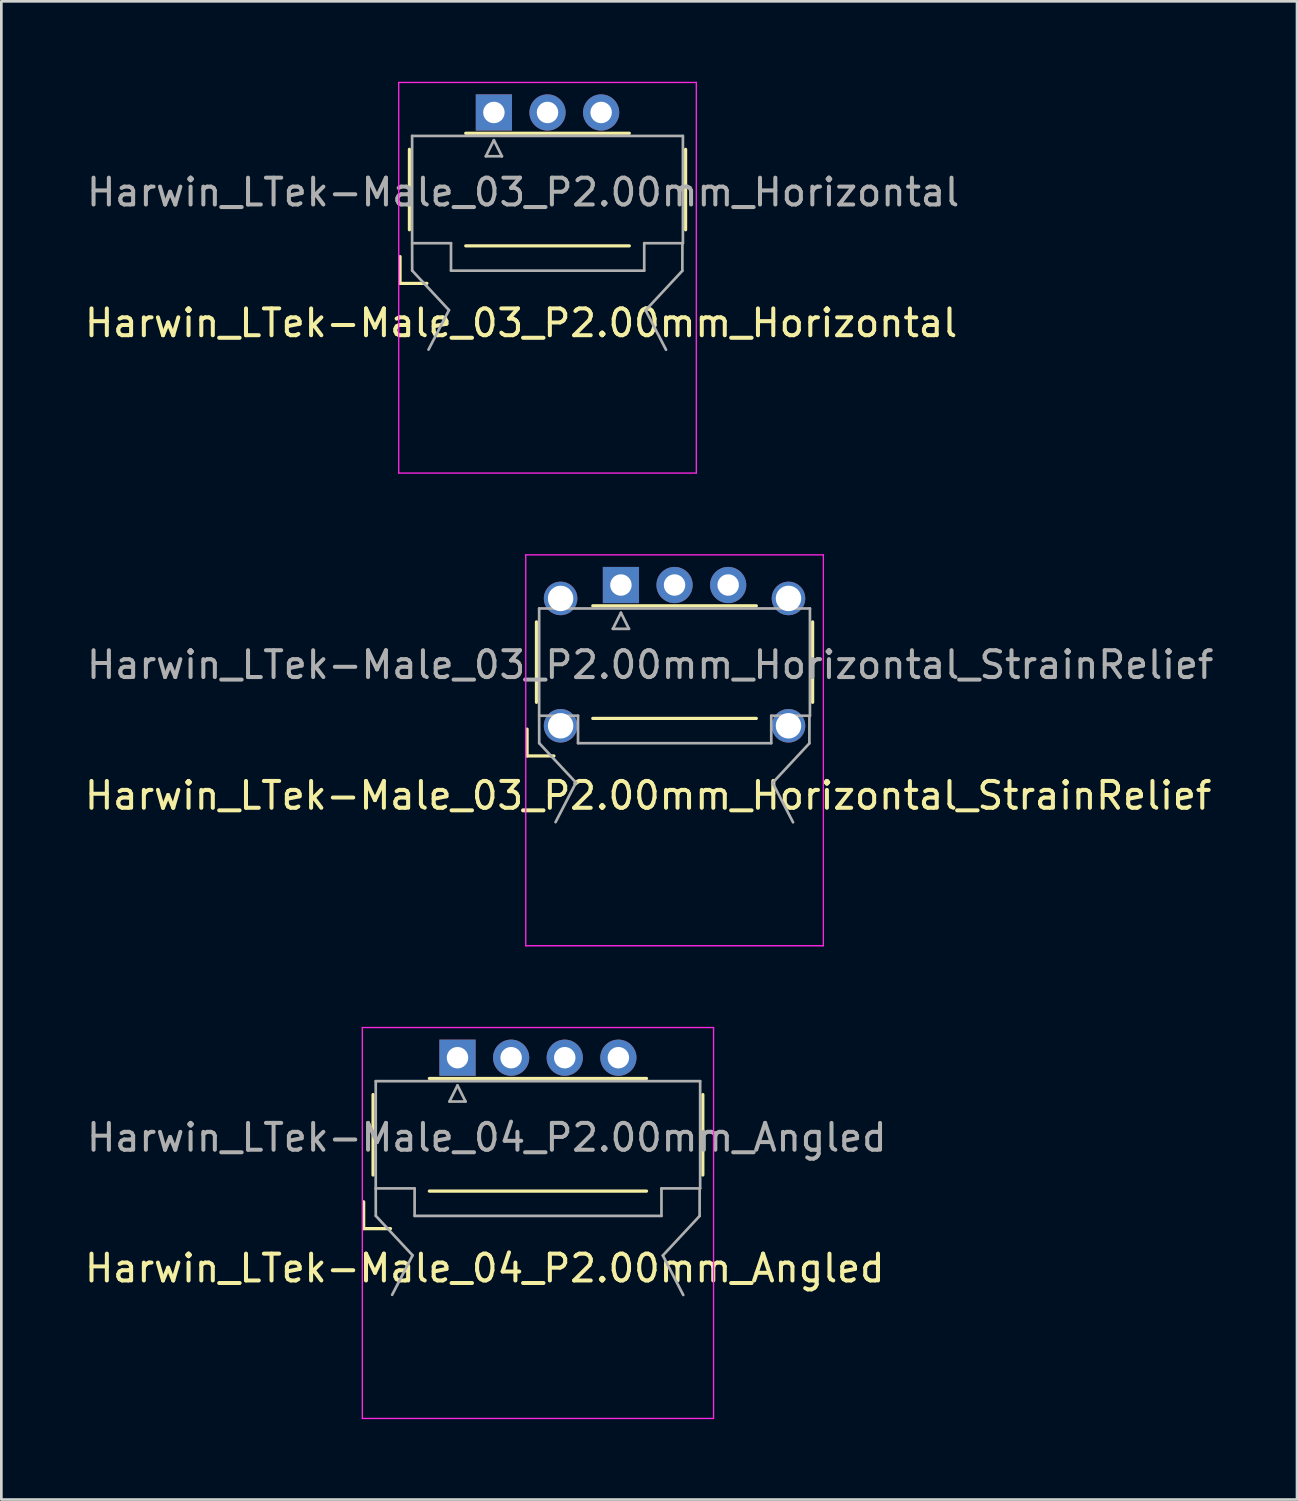
<source format=kicad_pcb>
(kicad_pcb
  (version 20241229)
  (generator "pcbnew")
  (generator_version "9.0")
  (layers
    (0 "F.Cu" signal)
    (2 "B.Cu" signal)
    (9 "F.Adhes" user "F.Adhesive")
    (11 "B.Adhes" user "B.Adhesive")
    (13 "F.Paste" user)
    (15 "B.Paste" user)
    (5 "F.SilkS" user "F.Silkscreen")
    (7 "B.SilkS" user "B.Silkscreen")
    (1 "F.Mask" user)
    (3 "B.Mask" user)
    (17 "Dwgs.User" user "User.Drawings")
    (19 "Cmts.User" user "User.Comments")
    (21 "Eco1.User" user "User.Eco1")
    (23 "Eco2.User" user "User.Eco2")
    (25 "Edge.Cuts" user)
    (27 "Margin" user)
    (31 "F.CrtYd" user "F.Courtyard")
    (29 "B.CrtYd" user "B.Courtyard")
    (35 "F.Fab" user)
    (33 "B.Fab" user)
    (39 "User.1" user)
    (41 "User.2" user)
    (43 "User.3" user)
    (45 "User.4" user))
  (footprint "Harwin_LTek-Male_03_P2.00mm_Horizontal"
    (layer "F.Cu")
    (at 15.371 1.145)
    (property "Reference" "Harwin_LTek-Male_03_P2.00mm_Horizontal" (at 1.016 7.853 180) (layer "F.SilkS") (effects (font (size 1 1) (thickness 0.15))))
    (attr through_hole)
    (fp_line (start -3.5 5.375) (end -3.5 6.375) (stroke (width 0.12) (type solid)) (layer "F.SilkS"))
    (fp_line (start -3.5 6.375) (end -2.5 6.375) (stroke (width 0.12) (type solid)) (layer "F.SilkS"))
    (fp_line (start -3.15 1.375) (end -3.15 4.375) (stroke (width 0.12) (type solid)) (layer "F.SilkS"))
    (fp_line (start -1.05 0.775) (end 5.05 0.775) (stroke (width 0.12) (type solid)) (layer "F.SilkS"))
    (fp_line (start -1.05 4.975) (end 5.05 4.975) (stroke (width 0.12) (type solid)) (layer "F.SilkS"))
    (fp_line (start 7.15 1.375) (end 7.15 4.375) (stroke (width 0.12) (type solid)) (layer "F.SilkS"))
    (fp_line (start -3.55 -1.12) (end -3.55 13.45) (stroke (width 0.05) (type solid)) (layer "F.CrtYd"))
    (fp_line (start -3.55 13.45) (end 7.55 13.45) (stroke (width 0.05) (type solid)) (layer "F.CrtYd"))
    (fp_line (start 7.55 -1.12) (end -3.55 -1.12) (stroke (width 0.05) (type solid)) (layer "F.CrtYd"))
    (fp_line (start 7.55 13.45) (end 7.55 -1.12) (stroke (width 0.05) (type solid)) (layer "F.CrtYd"))
    (fp_line (start -3.05 0.875) (end -3.05 4.875) (stroke (width 0.1) (type solid)) (layer "F.Fab"))
    (fp_line (start -3.048 5.898) (end -3.05 4.875) (stroke (width 0.1) (type solid)) (layer "F.Fab"))
    (fp_line (start -3.043 4.875) (end -1.6 4.875) (stroke (width 0.1) (type solid)) (layer "F.Fab"))
    (fp_line (start -1.676 7.371) (end -3.048 5.898) (stroke (width 0.1) (type solid)) (layer "F.Fab"))
    (fp_line (start -1.676 7.371) (end -2.438 8.844) (stroke (width 0.1) (type solid)) (layer "F.Fab"))
    (fp_line (start -1.6 4.875) (end -1.6 5.898) (stroke (width 0.1) (type solid)) (layer "F.Fab"))
    (fp_line (start -1.6 5.9) (end 5.607 5.9) (stroke (width 0.1) (type solid)) (layer "F.Fab"))
    (fp_line (start -0.3 1.634) (end 0.3 1.634) (stroke (width 0.1) (type solid)) (layer "F.Fab"))
    (fp_line (start 0 1.034) (end -0.3 1.634) (stroke (width 0.1) (type solid)) (layer "F.Fab"))
    (fp_line (start 0.3 1.634) (end 0 1.034) (stroke (width 0.1) (type solid)) (layer "F.Fab"))
    (fp_line (start 5.607 4.875) (end 7.05 4.875) (stroke (width 0.1) (type solid)) (layer "F.Fab"))
    (fp_line (start 5.607 5.898) (end 5.607 4.875) (stroke (width 0.1) (type solid)) (layer "F.Fab"))
    (fp_line (start 5.658 7.377) (end 6.42 8.85) (stroke (width 0.1) (type solid)) (layer "F.Fab"))
    (fp_line (start 5.658 7.377) (end 7.029 5.904) (stroke (width 0.1) (type solid)) (layer "F.Fab"))
    (fp_line (start 7.029 5.904) (end 7.031 4.881) (stroke (width 0.1) (type solid)) (layer "F.Fab"))
    (fp_line (start 7.05 0.875) (end -3.05 0.875) (stroke (width 0.1) (type solid)) (layer "F.Fab"))
    (fp_line (start 7.05 4.875) (end 7.05 0.875) (stroke (width 0.1) (type solid)) (layer "F.Fab"))
    (fp_text user "${REFERENCE}" (at 1.092 2.977 0) (layer "F.Fab") (effects (font (size 1 1) (thickness 0.15))))
    (pad "1" thru_hole rect (at 0 0) (size 1.35 1.35) (drill 0.8) (layers "*.Cu" "*.Mask"))
    (pad "2" thru_hole circle (at 2 0) (size 1.35 1.35) (drill 0.8) (layers "*.Cu" "*.Mask"))
    (pad "3" thru_hole circle (at 4 0) (size 1.35 1.35) (drill 0.8) (layers "*.Cu" "*.Mask")))
  (footprint "Harwin_LTek-Male_04_P2.00mm_Angled"
    (layer "F.Cu")
    (at 14.014 39.275)
    (property "Reference" "Harwin_LTek-Male_04_P2.00mm_Angled" (at 1.016 4.978 180) (layer "F.SilkS") (effects (font (size 1 1) (thickness 0.15))))
    (attr through_hole)
    (fp_line (start -3.5 2.5) (end -3.5 3.5) (stroke (width 0.12) (type solid)) (layer "F.SilkS"))
    (fp_line (start -3.5 3.5) (end -2.5 3.5) (stroke (width 0.12) (type solid)) (layer "F.SilkS"))
    (fp_line (start -3.15 -1.5) (end -3.15 1.5) (stroke (width 0.12) (type solid)) (layer "F.SilkS"))
    (fp_line (start -1.05 -2.1) (end 7.05 -2.1) (stroke (width 0.12) (type solid)) (layer "F.SilkS"))
    (fp_line (start -1.05 2.1) (end 7.05 2.1) (stroke (width 0.12) (type solid)) (layer "F.SilkS"))
    (fp_line (start 9.15 -1.5) (end 9.15 1.5) (stroke (width 0.12) (type solid)) (layer "F.SilkS"))
    (fp_line (start -3.55 -4) (end -3.55 10.58) (stroke (width 0.05) (type solid)) (layer "F.CrtYd"))
    (fp_line (start -3.55 10.58) (end 9.55 10.58) (stroke (width 0.05) (type solid)) (layer "F.CrtYd"))
    (fp_line (start 9.55 -4) (end -3.55 -4) (stroke (width 0.05) (type solid)) (layer "F.CrtYd"))
    (fp_line (start 9.55 10.58) (end 9.55 -4) (stroke (width 0.05) (type solid)) (layer "F.CrtYd"))
    (fp_line (start -3.05 -2) (end -3.05 2) (stroke (width 0.1) (type solid)) (layer "F.Fab"))
    (fp_line (start -3.048 3.023) (end -3.05 2) (stroke (width 0.1) (type solid)) (layer "F.Fab"))
    (fp_line (start -3.043 2) (end -1.6 2) (stroke (width 0.1) (type solid)) (layer "F.Fab"))
    (fp_line (start -1.676 4.496) (end -3.048 3.023) (stroke (width 0.1) (type solid)) (layer "F.Fab"))
    (fp_line (start -1.676 4.496) (end -2.438 5.969) (stroke (width 0.1) (type solid)) (layer "F.Fab"))
    (fp_line (start -1.6 2) (end -1.6 3.023) (stroke (width 0.1) (type solid)) (layer "F.Fab"))
    (fp_line (start -1.6 3.025) (end 7.607 3.025) (stroke (width 0.1) (type solid)) (layer "F.Fab"))
    (fp_line (start -0.3 -1.241) (end 0.3 -1.241) (stroke (width 0.1) (type solid)) (layer "F.Fab"))
    (fp_line (start 0 -1.841) (end -0.3 -1.241) (stroke (width 0.1) (type solid)) (layer "F.Fab"))
    (fp_line (start 0.3 -1.241) (end 0 -1.841) (stroke (width 0.1) (type solid)) (layer "F.Fab"))
    (fp_line (start 7.607 2) (end 9.05 2) (stroke (width 0.1) (type solid)) (layer "F.Fab"))
    (fp_line (start 7.607 3.023) (end 7.607 2) (stroke (width 0.1) (type solid)) (layer "F.Fab"))
    (fp_line (start 7.658 4.502) (end 8.42 5.975) (stroke (width 0.1) (type solid)) (layer "F.Fab"))
    (fp_line (start 7.658 4.502) (end 9.029 3.029) (stroke (width 0.1) (type solid)) (layer "F.Fab"))
    (fp_line (start 9.029 3.029) (end 9.031 2.006) (stroke (width 0.1) (type solid)) (layer "F.Fab"))
    (fp_line (start 9.05 -2) (end -3.05 -2) (stroke (width 0.1) (type solid)) (layer "F.Fab"))
    (fp_line (start 9.05 2) (end 9.05 -2) (stroke (width 0.1) (type solid)) (layer "F.Fab"))
    (fp_text user "${REFERENCE}" (at 1.092 0.102 0) (layer "F.Fab") (effects (font (size 1 1) (thickness 0.15))))
    (pad "1" thru_hole rect (at 0 -2.875) (size 1.35 1.35) (drill 0.8) (layers "*.Cu" "*.Mask"))
    (pad "2" thru_hole circle (at 2 -2.875) (size 1.35 1.35) (drill 0.8) (layers "*.Cu" "*.Mask"))
    (pad "3" thru_hole circle (at 4 -2.875) (size 1.35 1.35) (drill 0.8) (layers "*.Cu" "*.Mask"))
    (pad "4" thru_hole circle (at 6 -2.875) (size 1.35 1.35) (drill 0.8) (layers "*.Cu" "*.Mask")))
  (footprint "Harwin_LTek-Male_03_P2.00mm_Horizontal_StrainRelief"
    (layer "F.Cu")
    (at 20.109 21.645)
    (property "Reference" "Harwin_LTek-Male_03_P2.00mm_Horizontal_StrainRelief" (at 1.016 4.978 180) (layer "F.SilkS") (effects (font (size 1 1) (thickness 0.15))))
    (attr through_hole)
    (fp_line (start -3.5 2.5) (end -3.5 3.5) (stroke (width 0.12) (type solid)) (layer "F.SilkS"))
    (fp_line (start -3.5 3.5) (end -2.5 3.5) (stroke (width 0.12) (type solid)) (layer "F.SilkS"))
    (fp_line (start -3.15 -1.5) (end -3.15 1.5) (stroke (width 0.12) (type solid)) (layer "F.SilkS"))
    (fp_line (start -1.05 -2.1) (end 5.05 -2.1) (stroke (width 0.12) (type solid)) (layer "F.SilkS"))
    (fp_line (start -1.05 2.1) (end 5.05 2.1) (stroke (width 0.12) (type solid)) (layer "F.SilkS"))
    (fp_line (start 7.15 -1.5) (end 7.15 1.5) (stroke (width 0.12) (type solid)) (layer "F.SilkS"))
    (fp_line (start -3.55 -4) (end -3.55 10.58) (stroke (width 0.05) (type solid)) (layer "F.CrtYd"))
    (fp_line (start -3.55 10.58) (end 7.55 10.58) (stroke (width 0.05) (type solid)) (layer "F.CrtYd"))
    (fp_line (start 7.55 -4) (end -3.55 -4) (stroke (width 0.05) (type solid)) (layer "F.CrtYd"))
    (fp_line (start 7.55 10.58) (end 7.55 -4) (stroke (width 0.05) (type solid)) (layer "F.CrtYd"))
    (fp_line (start -3.05 -2) (end -3.05 2) (stroke (width 0.1) (type solid)) (layer "F.Fab"))
    (fp_line (start -3.048 3.023) (end -3.05 2) (stroke (width 0.1) (type solid)) (layer "F.Fab"))
    (fp_line (start -3.043 2) (end -1.6 2) (stroke (width 0.1) (type solid)) (layer "F.Fab"))
    (fp_line (start -1.676 4.496) (end -3.048 3.023) (stroke (width 0.1) (type solid)) (layer "F.Fab"))
    (fp_line (start -1.676 4.496) (end -2.438 5.969) (stroke (width 0.1) (type solid)) (layer "F.Fab"))
    (fp_line (start -1.6 2) (end -1.6 3.023) (stroke (width 0.1) (type solid)) (layer "F.Fab"))
    (fp_line (start -1.6 3.025) (end 5.607 3.025) (stroke (width 0.1) (type solid)) (layer "F.Fab"))
    (fp_line (start -0.3 -1.241) (end 0.3 -1.241) (stroke (width 0.1) (type solid)) (layer "F.Fab"))
    (fp_line (start 0 -1.841) (end -0.3 -1.241) (stroke (width 0.1) (type solid)) (layer "F.Fab"))
    (fp_line (start 0.3 -1.241) (end 0 -1.841) (stroke (width 0.1) (type solid)) (layer "F.Fab"))
    (fp_line (start 5.607 2) (end 7.05 2) (stroke (width 0.1) (type solid)) (layer "F.Fab"))
    (fp_line (start 5.607 3.023) (end 5.607 2) (stroke (width 0.1) (type solid)) (layer "F.Fab"))
    (fp_line (start 5.658 4.502) (end 6.42 5.975) (stroke (width 0.1) (type solid)) (layer "F.Fab"))
    (fp_line (start 5.658 4.502) (end 7.029 3.029) (stroke (width 0.1) (type solid)) (layer "F.Fab"))
    (fp_line (start 7.029 3.029) (end 7.031 2.006) (stroke (width 0.1) (type solid)) (layer "F.Fab"))
    (fp_line (start 7.05 -2) (end -3.05 -2) (stroke (width 0.1) (type solid)) (layer "F.Fab"))
    (fp_line (start 7.05 2) (end 7.05 -2) (stroke (width 0.1) (type solid)) (layer "F.Fab"))
    (fp_text user "${REFERENCE}" (at 1.092 0.102 0) (layer "F.Fab") (effects (font (size 1 1) (thickness 0.15))))
    (pad "" thru_hole circle (at -2.25 -2.375) (size 1.25 1.25) (drill 0.95) (layers "*.Cu" "*.Mask"))
    (pad "" thru_hole circle (at -2.25 2.375) (size 1.25 1.25) (drill 0.95) (layers "*.Cu" "*.Mask"))
    (pad "" thru_hole circle (at 6.25 -2.375) (size 1.25 1.25) (drill 0.95) (layers "*.Cu" "*.Mask"))
    (pad "" thru_hole circle (at 6.25 2.375) (size 1.25 1.25) (drill 0.95) (layers "*.Cu" "*.Mask"))
    (pad "1" thru_hole rect (at 0 -2.875) (size 1.35 1.35) (drill 0.8) (layers "*.Cu" "*.Mask"))
    (pad "2" thru_hole circle (at 2 -2.875) (size 1.35 1.35) (drill 0.8) (layers "*.Cu" "*.Mask"))
    (pad "3" thru_hole circle (at 4 -2.875) (size 1.35 1.35) (drill 0.8) (layers "*.Cu" "*.Mask")))
  (gr_rect
    (start -3 -3)
    (end 45.326 52.88)
    (stroke (width 0.1) (type default))
    (fill no)
    (layer "Edge.Cuts")))
</source>
